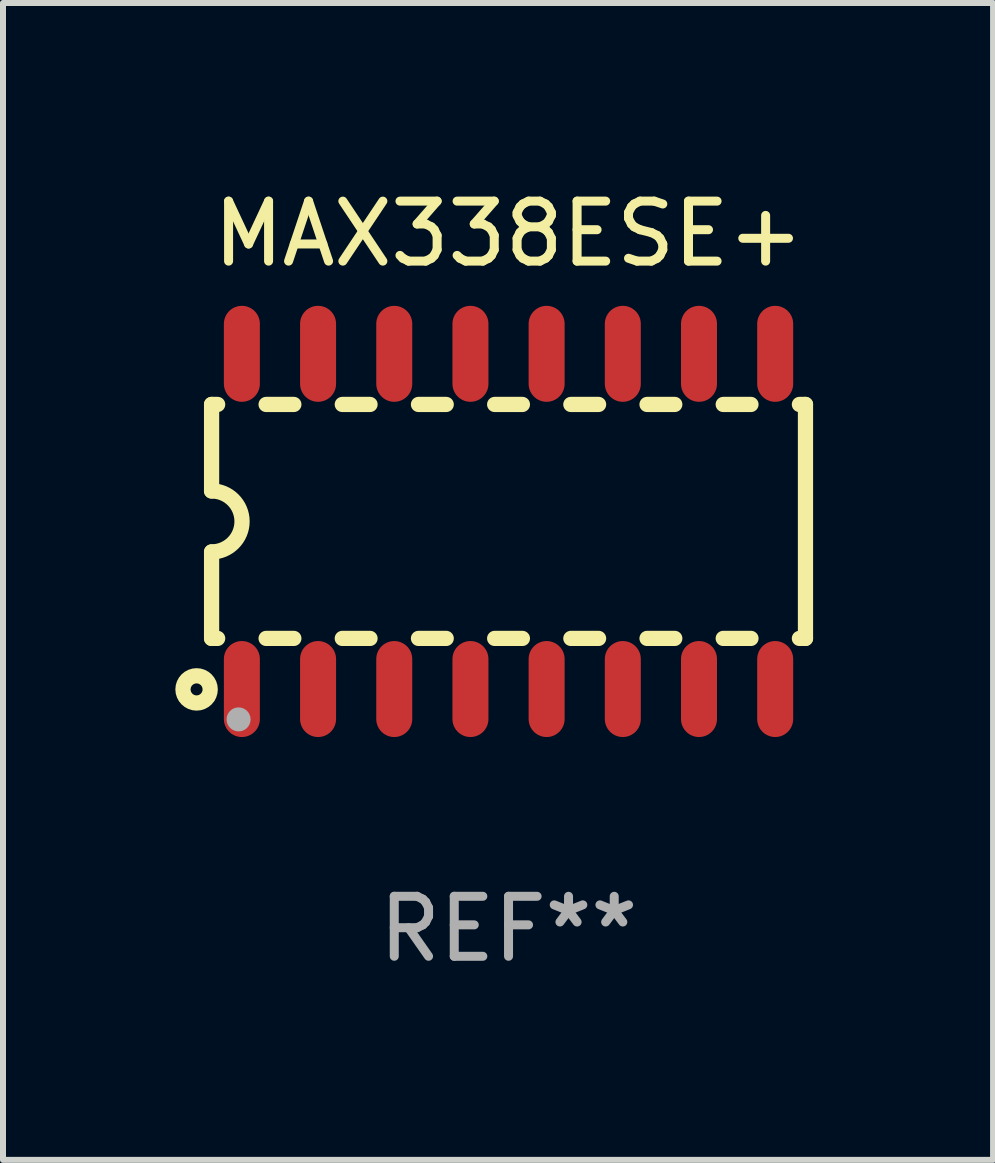
<source format=kicad_pcb>
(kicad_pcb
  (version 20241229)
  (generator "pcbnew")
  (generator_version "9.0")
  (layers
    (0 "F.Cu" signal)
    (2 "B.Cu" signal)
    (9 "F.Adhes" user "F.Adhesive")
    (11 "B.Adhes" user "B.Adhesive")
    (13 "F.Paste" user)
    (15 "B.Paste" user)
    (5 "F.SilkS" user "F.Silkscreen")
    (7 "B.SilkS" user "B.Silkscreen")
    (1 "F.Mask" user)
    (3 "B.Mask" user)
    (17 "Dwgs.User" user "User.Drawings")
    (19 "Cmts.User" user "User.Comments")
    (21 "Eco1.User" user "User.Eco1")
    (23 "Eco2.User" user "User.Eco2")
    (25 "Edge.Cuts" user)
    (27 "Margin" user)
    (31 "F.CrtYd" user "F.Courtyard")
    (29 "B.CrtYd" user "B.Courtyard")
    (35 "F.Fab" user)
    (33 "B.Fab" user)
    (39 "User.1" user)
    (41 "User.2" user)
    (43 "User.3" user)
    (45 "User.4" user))
  (footprint "MAX338ESE+"
    (layer "F.Cu")
    (at 5.427 5.642)
    (property "Reference" "MAX338ESE+" (at 0 -4.794 0) (layer "F.SilkS") (effects (font (size 1 1) (thickness 0.15))))
    (attr through_hole)
    (fp_line (start -4.95 -1.95) (end -4.95 -0.508) (stroke (width 0.254) (type solid)) (layer "F.SilkS"))
    (fp_line (start -4.95 -1.95) (end -4.849 -1.95) (stroke (width 0.254) (type solid)) (layer "F.SilkS"))
    (fp_line (start -4.95 1.95) (end -4.95 0.508) (stroke (width 0.254) (type solid)) (layer "F.SilkS"))
    (fp_line (start -4.95 1.95) (end -4.849 1.95) (stroke (width 0.254) (type solid)) (layer "F.SilkS"))
    (fp_line (start -4.041 -1.95) (end -3.579 -1.95) (stroke (width 0.254) (type solid)) (layer "F.SilkS"))
    (fp_line (start -4.041 1.95) (end -3.579 1.95) (stroke (width 0.254) (type solid)) (layer "F.SilkS"))
    (fp_line (start -2.771 -1.95) (end -2.309 -1.95) (stroke (width 0.254) (type solid)) (layer "F.SilkS"))
    (fp_line (start -2.771 1.95) (end -2.309 1.95) (stroke (width 0.254) (type solid)) (layer "F.SilkS"))
    (fp_line (start -1.501 -1.95) (end -1.039 -1.95) (stroke (width 0.254) (type solid)) (layer "F.SilkS"))
    (fp_line (start -1.501 1.95) (end -1.039 1.95) (stroke (width 0.254) (type solid)) (layer "F.SilkS"))
    (fp_line (start -0.231 -1.95) (end 0.231 -1.95) (stroke (width 0.254) (type solid)) (layer "F.SilkS"))
    (fp_line (start -0.231 1.95) (end 0.231 1.95) (stroke (width 0.254) (type solid)) (layer "F.SilkS"))
    (fp_line (start 1.039 -1.95) (end 1.501 -1.95) (stroke (width 0.254) (type solid)) (layer "F.SilkS"))
    (fp_line (start 1.039 1.95) (end 1.501 1.95) (stroke (width 0.254) (type solid)) (layer "F.SilkS"))
    (fp_line (start 2.309 -1.95) (end 2.771 -1.95) (stroke (width 0.254) (type solid)) (layer "F.SilkS"))
    (fp_line (start 2.309 1.95) (end 2.771 1.95) (stroke (width 0.254) (type solid)) (layer "F.SilkS"))
    (fp_line (start 3.579 -1.95) (end 4.041 -1.95) (stroke (width 0.254) (type solid)) (layer "F.SilkS"))
    (fp_line (start 3.579 1.95) (end 4.041 1.95) (stroke (width 0.254) (type solid)) (layer "F.SilkS"))
    (fp_line (start 4.849 -1.95) (end 4.95 -1.95) (stroke (width 0.254) (type solid)) (layer "F.SilkS"))
    (fp_line (start 4.849 1.95) (end 4.95 1.95) (stroke (width 0.254) (type solid)) (layer "F.SilkS"))
    (fp_line (start 4.95 -1.95) (end 4.95 1.95) (stroke (width 0.254) (type solid)) (layer "F.SilkS"))
    (fp_arc (start -4.95047 -0.508001) (mid -4.442469 -0.000228) (end -4.950013 0.508001) (stroke (width 0.254001) (type solid)) (layer "F.SilkS"))
    (fp_circle (center -5.2 2.8) (end -5.1 2.8) (stroke (width 0.254) (type solid)) (fill no) (layer "F.SilkS"))
    (fp_circle (center -4.95 2.947) (end -4.92 2.947) (stroke (width 0.06) (type solid)) (fill no) (layer "F.SilkS"))
    (fp_circle (center -4.5 3.3) (end -4.4 3.3) (stroke (width 0.2) (type solid)) (fill no) (layer "F.Fab"))
    (fp_text user "REF**" (at 0 6.794 0) (layer "F.Fab") (effects (font (size 1 1) (thickness 0.15))))
    (pad "1" smd oval (at -4.445 2.794) (size 0.6 1.6) (layers "F.Cu" "F.Mask" "F.Paste"))
    (pad "2" smd oval (at -3.175 2.794) (size 0.6 1.6) (layers "F.Cu" "F.Mask" "F.Paste"))
    (pad "3" smd oval (at -1.905 2.794) (size 0.6 1.6) (layers "F.Cu" "F.Mask" "F.Paste"))
    (pad "4" smd oval (at -0.635 2.794) (size 0.6 1.6) (layers "F.Cu" "F.Mask" "F.Paste"))
    (pad "5" smd oval (at 0.635 2.794) (size 0.6 1.6) (layers "F.Cu" "F.Mask" "F.Paste"))
    (pad "6" smd oval (at 1.905 2.794) (size 0.6 1.6) (layers "F.Cu" "F.Mask" "F.Paste"))
    (pad "7" smd oval (at 3.175 2.794) (size 0.6 1.6) (layers "F.Cu" "F.Mask" "F.Paste"))
    (pad "8" smd oval (at 4.445 2.794) (size 0.6 1.6) (layers "F.Cu" "F.Mask" "F.Paste"))
    (pad "9" smd oval (at 4.445 -2.794) (size 0.6 1.6) (layers "F.Cu" "F.Mask" "F.Paste"))
    (pad "10" smd oval (at 3.175 -2.794) (size 0.6 1.6) (layers "F.Cu" "F.Mask" "F.Paste"))
    (pad "11" smd oval (at 1.905 -2.794) (size 0.6 1.6) (layers "F.Cu" "F.Mask" "F.Paste"))
    (pad "12" smd oval (at 0.635 -2.794) (size 0.6 1.6) (layers "F.Cu" "F.Mask" "F.Paste"))
    (pad "13" smd oval (at -0.635 -2.794) (size 0.6 1.6) (layers "F.Cu" "F.Mask" "F.Paste"))
    (pad "14" smd oval (at -1.905 -2.794) (size 0.6 1.6) (layers "F.Cu" "F.Mask" "F.Paste"))
    (pad "15" smd oval (at -3.175 -2.794) (size 0.6 1.6) (layers "F.Cu" "F.Mask" "F.Paste"))
    (pad "16" smd oval (at -4.445 -2.794) (size 0.6 1.6) (layers "F.Cu" "F.Mask" "F.Paste")))
  (gr_rect
    (start -3 -3)
    (end 13.504 16.285)
    (stroke (width 0.1) (type default))
    (fill no)
    (layer "Edge.Cuts")))
</source>
